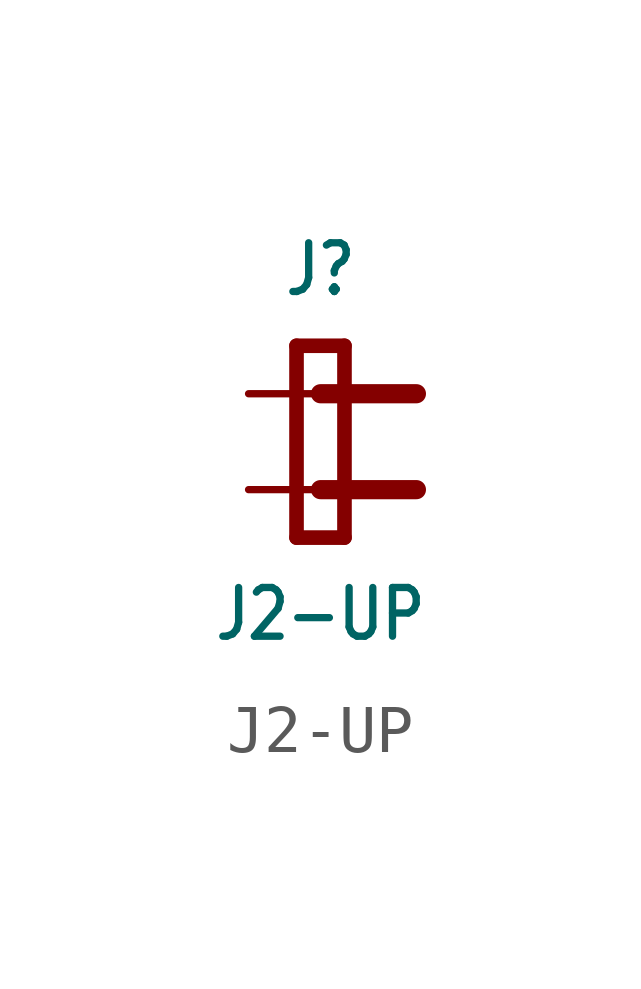
<source format=kicad_sym>
(kicad_symbol_lib
  (version 20211014)
  (generator kicad_symbol_editor)
  (symbol "J2-UP"
    (property "Reference" "J"
      (at 0 3 0)
      (effects (font (size 1.016 0.864)) (justify bottom)))
    (property "Value" "J2-UP"
      (at 0 -3 0)
      (effects (font (size 1.016 0.864)) (justify top)))
    (property "ki_locked" ""
      (at 0 0 0)
      (effects (font (size 1.27 1.27))))
    (symbol "J2-UP_1_0"
      (polyline (pts (xy -0.5 -2) (xy 0.5 -2)) (stroke (width 0.305) (type default) (color 0 0 0 0)) (fill (type none)))
      (polyline (pts (xy -0.5 2) (xy -0.5 -2)) (stroke (width 0.305) (type default) (color 0 0 0 0)) (fill (type none)))
      (polyline (pts (xy 0 -1) (xy 2 -1)) (stroke (width 0.4) (type default) (color 0 0 0 0)) (fill (type none)))
      (polyline (pts (xy 0 1) (xy 2 1)) (stroke (width 0.4) (type default) (color 0 0 0 0)) (fill (type none)))
      (polyline (pts (xy 0.5 -2) (xy 0.5 2)) (stroke (width 0.305) (type default) (color 0 0 0 0)) (fill (type none)))
      (polyline (pts (xy 0.5 2) (xy -0.5 2)) (stroke (width 0.305) (type default) (color 0 0 0 0)) (fill (type none)))
      (pin bidirectional line (at -1.5 1 0) (length 2.54) (name "P$1" (effects (font (size 0 0)))) (number "1" (effects (font (size 0 0)))))
      (pin bidirectional line (at -1.5 -1 0) (length 2.54) (name "P$2" (effects (font (size 0 0)))) (number "2" (effects (font (size 0 0))))))))
</source>
